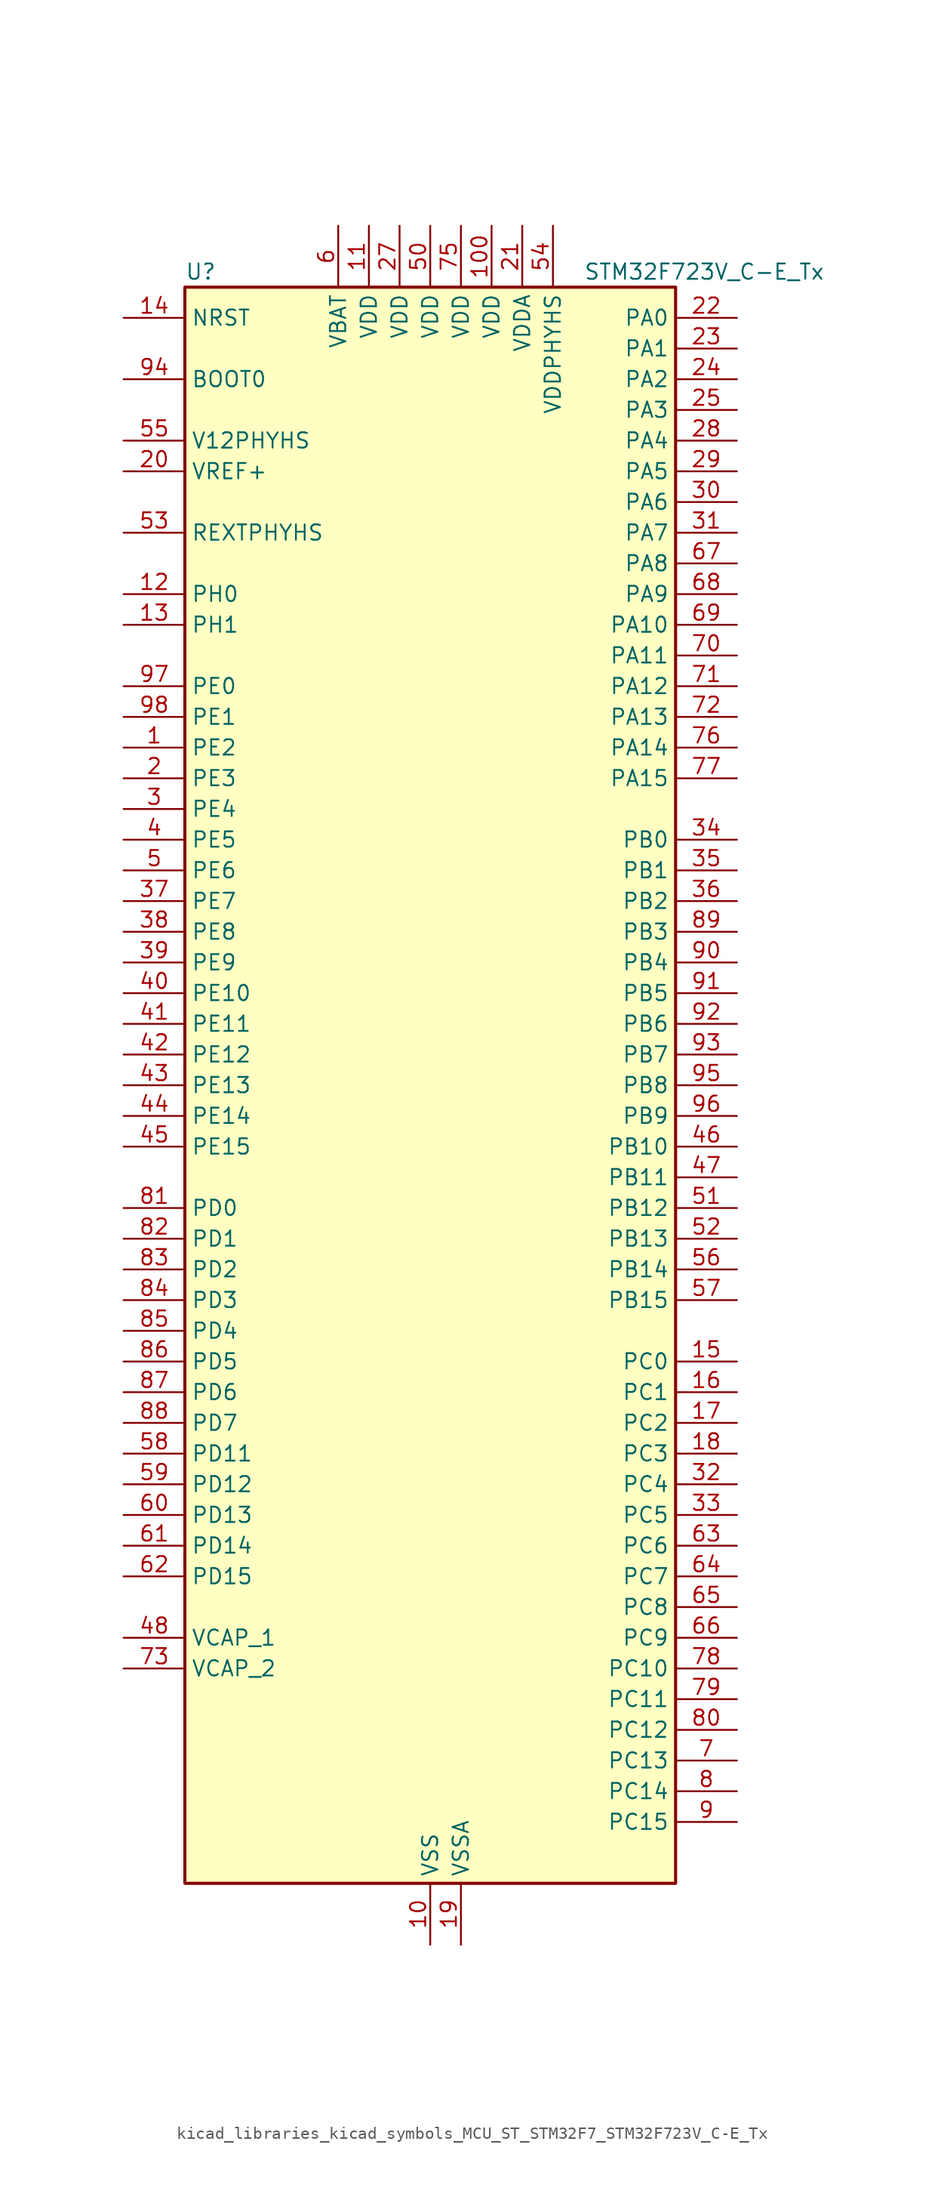
<source format=kicad_sym>
(kicad_symbol_lib
  (version 20220914)
  (generator kicad_symbol_editor)
  (symbol "kicad_libraries_kicad_symbols_MCU_ST_STM32F7_STM32F723V_C-E_Tx"
    (property "Reference" "U"
      (at -20.32 67.31 0)
      (effects (font (size 1.27 1.27)) (justify left)))
    (property "Value" "STM32F723V_C-E_Tx"
      (at 12.7 67.31 0)
      (effects (font (size 1.27 1.27)) (justify left)))
    (property "ki_locked" ""
      (at 0 0 0)
      (effects (font (size 1.27 1.27))))
    (symbol "kicad_libraries_kicad_symbols_MCU_ST_STM32F7_STM32F723V_C-E_Tx_0_1"
      (rectangle (start -20.32 -66.04) (end 20.32 66.04) (stroke (width 0.254) (type default)) (fill (type background))))
    (symbol "kicad_libraries_kicad_symbols_MCU_ST_STM32F7_STM32F723V_C-E_Tx_1_1"
      (pin bidirectional line (at -25.4 27.94 0) (length 5.08) (name "PE2" (effects (font (size 1.27 1.27)))) (number "1" (effects (font (size 1.27 1.27)))) (alternate "FMC_A23" bidirectional line) (alternate "QUADSPI_BK1_IO2" bidirectional line) (alternate "SAI1_MCLK_A" bidirectional line) (alternate "SPI4_SCK" bidirectional line) (alternate "SYS_TRACECLK" bidirectional line))
      (pin power_in line (at 0 -71.12 90) (length 5.08) (name "VSS" (effects (font (size 1.27 1.27)))) (number "10" (effects (font (size 1.27 1.27)))))
      (pin power_in line (at 5.08 71.12 270) (length 5.08) (name "VDD" (effects (font (size 1.27 1.27)))) (number "100" (effects (font (size 1.27 1.27)))))
      (pin power_in line (at -5.08 71.12 270) (length 5.08) (name "VDD" (effects (font (size 1.27 1.27)))) (number "11" (effects (font (size 1.27 1.27)))))
      (pin bidirectional line (at -25.4 40.64 0) (length 5.08) (name "PH0" (effects (font (size 1.27 1.27)))) (number "12" (effects (font (size 1.27 1.27)))) (alternate "RCC_OSC_IN" bidirectional line))
      (pin bidirectional line (at -25.4 38.1 0) (length 5.08) (name "PH1" (effects (font (size 1.27 1.27)))) (number "13" (effects (font (size 1.27 1.27)))) (alternate "RCC_OSC_OUT" bidirectional line))
      (pin input line (at -25.4 63.5 0) (length 5.08) (name "NRST" (effects (font (size 1.27 1.27)))) (number "14" (effects (font (size 1.27 1.27)))))
      (pin bidirectional line (at 25.4 -22.86 180) (length 5.08) (name "PC0" (effects (font (size 1.27 1.27)))) (number "15" (effects (font (size 1.27 1.27)))) (alternate "ADC1_IN10" bidirectional line) (alternate "ADC2_IN10" bidirectional line) (alternate "ADC3_IN10" bidirectional line) (alternate "FMC_SDNWE" bidirectional line) (alternate "SAI2_FS_B" bidirectional line))
      (pin bidirectional line (at 25.4 -25.4 180) (length 5.08) (name "PC1" (effects (font (size 1.27 1.27)))) (number "16" (effects (font (size 1.27 1.27)))) (alternate "ADC1_IN11" bidirectional line) (alternate "ADC2_IN11" bidirectional line) (alternate "ADC3_IN11" bidirectional line) (alternate "I2S2_SD" bidirectional line) (alternate "RTC_TAMP3" bidirectional line) (alternate "RTC_TS" bidirectional line) (alternate "SAI1_SD_A" bidirectional line) (alternate "SPI2_MOSI" bidirectional line) (alternate "SYS_TRACED0" bidirectional line) (alternate "SYS_WKUP3" bidirectional line))
      (pin bidirectional line (at 25.4 -27.94 180) (length 5.08) (name "PC2" (effects (font (size 1.27 1.27)))) (number "17" (effects (font (size 1.27 1.27)))) (alternate "ADC1_IN12" bidirectional line) (alternate "ADC2_IN12" bidirectional line) (alternate "ADC3_IN12" bidirectional line) (alternate "FMC_SDNE0" bidirectional line) (alternate "SPI2_MISO" bidirectional line))
      (pin bidirectional line (at 25.4 -30.48 180) (length 5.08) (name "PC3" (effects (font (size 1.27 1.27)))) (number "18" (effects (font (size 1.27 1.27)))) (alternate "ADC1_IN13" bidirectional line) (alternate "ADC2_IN13" bidirectional line) (alternate "ADC3_IN13" bidirectional line) (alternate "FMC_SDCKE0" bidirectional line) (alternate "I2S2_SD" bidirectional line) (alternate "SPI2_MOSI" bidirectional line))
      (pin power_in line (at 2.54 -71.12 90) (length 5.08) (name "VSSA" (effects (font (size 1.27 1.27)))) (number "19" (effects (font (size 1.27 1.27)))))
      (pin bidirectional line (at -25.4 25.4 0) (length 5.08) (name "PE3" (effects (font (size 1.27 1.27)))) (number "2" (effects (font (size 1.27 1.27)))) (alternate "FMC_A19" bidirectional line) (alternate "SAI1_SD_B" bidirectional line) (alternate "SYS_TRACED0" bidirectional line))
      (pin input line (at -25.4 50.8 0) (length 5.08) (name "VREF+" (effects (font (size 1.27 1.27)))) (number "20" (effects (font (size 1.27 1.27)))))
      (pin power_in line (at 7.62 71.12 270) (length 5.08) (name "VDDA" (effects (font (size 1.27 1.27)))) (number "21" (effects (font (size 1.27 1.27)))))
      (pin bidirectional line (at 25.4 63.5 180) (length 5.08) (name "PA0" (effects (font (size 1.27 1.27)))) (number "22" (effects (font (size 1.27 1.27)))) (alternate "ADC1_IN0" bidirectional line) (alternate "ADC2_IN0" bidirectional line) (alternate "ADC3_IN0" bidirectional line) (alternate "SAI2_SD_B" bidirectional line) (alternate "SYS_WKUP1" bidirectional line) (alternate "TIM2_CH1" bidirectional line) (alternate "TIM2_ETR" bidirectional line) (alternate "TIM5_CH1" bidirectional line) (alternate "TIM8_ETR" bidirectional line) (alternate "UART4_TX" bidirectional line) (alternate "USART2_CTS" bidirectional line))
      (pin bidirectional line (at 25.4 60.96 180) (length 5.08) (name "PA1" (effects (font (size 1.27 1.27)))) (number "23" (effects (font (size 1.27 1.27)))) (alternate "ADC1_IN1" bidirectional line) (alternate "ADC2_IN1" bidirectional line) (alternate "ADC3_IN1" bidirectional line) (alternate "QUADSPI_BK1_IO3" bidirectional line) (alternate "SAI2_MCLK_B" bidirectional line) (alternate "TIM2_CH2" bidirectional line) (alternate "TIM5_CH2" bidirectional line) (alternate "UART4_RX" bidirectional line) (alternate "USART2_DE" bidirectional line) (alternate "USART2_RTS" bidirectional line))
      (pin bidirectional line (at 25.4 58.42 180) (length 5.08) (name "PA2" (effects (font (size 1.27 1.27)))) (number "24" (effects (font (size 1.27 1.27)))) (alternate "ADC1_IN2" bidirectional line) (alternate "ADC2_IN2" bidirectional line) (alternate "ADC3_IN2" bidirectional line) (alternate "SAI2_SCK_B" bidirectional line) (alternate "SYS_WKUP2" bidirectional line) (alternate "TIM2_CH3" bidirectional line) (alternate "TIM5_CH3" bidirectional line) (alternate "TIM9_CH1" bidirectional line) (alternate "USART2_TX" bidirectional line))
      (pin bidirectional line (at 25.4 55.88 180) (length 5.08) (name "PA3" (effects (font (size 1.27 1.27)))) (number "25" (effects (font (size 1.27 1.27)))) (alternate "ADC1_IN3" bidirectional line) (alternate "ADC2_IN3" bidirectional line) (alternate "ADC3_IN3" bidirectional line) (alternate "TIM2_CH4" bidirectional line) (alternate "TIM5_CH4" bidirectional line) (alternate "TIM9_CH2" bidirectional line) (alternate "USART2_RX" bidirectional line))
      (pin passive line (at 0 -71.12 90) (length 5.08) hide (name "VSS" (effects (font (size 1.27 1.27)))) (number "26" (effects (font (size 1.27 1.27)))))
      (pin power_in line (at -2.54 71.12 270) (length 5.08) (name "VDD" (effects (font (size 1.27 1.27)))) (number "27" (effects (font (size 1.27 1.27)))))
      (pin bidirectional line (at 25.4 53.34 180) (length 5.08) (name "PA4" (effects (font (size 1.27 1.27)))) (number "28" (effects (font (size 1.27 1.27)))) (alternate "ADC1_IN4" bidirectional line) (alternate "ADC2_IN4" bidirectional line) (alternate "DAC_OUT1" bidirectional line) (alternate "I2S1_WS" bidirectional line) (alternate "I2S3_WS" bidirectional line) (alternate "SPI1_NSS" bidirectional line) (alternate "SPI3_NSS" bidirectional line) (alternate "USART2_CK" bidirectional line) (alternate "USB_OTG_HS_SOF" bidirectional line))
      (pin bidirectional line (at 25.4 50.8 180) (length 5.08) (name "PA5" (effects (font (size 1.27 1.27)))) (number "29" (effects (font (size 1.27 1.27)))) (alternate "ADC1_IN5" bidirectional line) (alternate "ADC2_IN5" bidirectional line) (alternate "DAC_OUT2" bidirectional line) (alternate "I2S1_CK" bidirectional line) (alternate "SPI1_SCK" bidirectional line) (alternate "TIM2_CH1" bidirectional line) (alternate "TIM2_ETR" bidirectional line) (alternate "TIM8_CH1N" bidirectional line))
      (pin bidirectional line (at -25.4 22.86 0) (length 5.08) (name "PE4" (effects (font (size 1.27 1.27)))) (number "3" (effects (font (size 1.27 1.27)))) (alternate "FMC_A20" bidirectional line) (alternate "SAI1_FS_A" bidirectional line) (alternate "SPI4_NSS" bidirectional line) (alternate "SYS_TRACED1" bidirectional line))
      (pin bidirectional line (at 25.4 48.26 180) (length 5.08) (name "PA6" (effects (font (size 1.27 1.27)))) (number "30" (effects (font (size 1.27 1.27)))) (alternate "ADC1_IN6" bidirectional line) (alternate "ADC2_IN6" bidirectional line) (alternate "SPI1_MISO" bidirectional line) (alternate "TIM13_CH1" bidirectional line) (alternate "TIM1_BKIN" bidirectional line) (alternate "TIM3_CH1" bidirectional line) (alternate "TIM8_BKIN" bidirectional line))
      (pin bidirectional line (at 25.4 45.72 180) (length 5.08) (name "PA7" (effects (font (size 1.27 1.27)))) (number "31" (effects (font (size 1.27 1.27)))) (alternate "ADC1_IN7" bidirectional line) (alternate "ADC2_IN7" bidirectional line) (alternate "FMC_SDNWE" bidirectional line) (alternate "I2S1_SD" bidirectional line) (alternate "SPI1_MOSI" bidirectional line) (alternate "TIM14_CH1" bidirectional line) (alternate "TIM1_CH1N" bidirectional line) (alternate "TIM3_CH2" bidirectional line) (alternate "TIM8_CH1N" bidirectional line))
      (pin bidirectional line (at 25.4 -33.02 180) (length 5.08) (name "PC4" (effects (font (size 1.27 1.27)))) (number "32" (effects (font (size 1.27 1.27)))) (alternate "ADC1_IN14" bidirectional line) (alternate "ADC2_IN14" bidirectional line) (alternate "FMC_SDNE0" bidirectional line) (alternate "I2S1_MCK" bidirectional line))
      (pin bidirectional line (at 25.4 -35.56 180) (length 5.08) (name "PC5" (effects (font (size 1.27 1.27)))) (number "33" (effects (font (size 1.27 1.27)))) (alternate "ADC1_IN15" bidirectional line) (alternate "ADC2_IN15" bidirectional line) (alternate "FMC_SDCKE0" bidirectional line))
      (pin bidirectional line (at 25.4 20.32 180) (length 5.08) (name "PB0" (effects (font (size 1.27 1.27)))) (number "34" (effects (font (size 1.27 1.27)))) (alternate "ADC1_IN8" bidirectional line) (alternate "ADC2_IN8" bidirectional line) (alternate "TIM1_CH2N" bidirectional line) (alternate "TIM3_CH3" bidirectional line) (alternate "TIM8_CH2N" bidirectional line) (alternate "UART4_CTS" bidirectional line))
      (pin bidirectional line (at 25.4 17.78 180) (length 5.08) (name "PB1" (effects (font (size 1.27 1.27)))) (number "35" (effects (font (size 1.27 1.27)))) (alternate "ADC1_IN9" bidirectional line) (alternate "ADC2_IN9" bidirectional line) (alternate "TIM1_CH3N" bidirectional line) (alternate "TIM3_CH4" bidirectional line) (alternate "TIM8_CH3N" bidirectional line))
      (pin bidirectional line (at 25.4 15.24 180) (length 5.08) (name "PB2" (effects (font (size 1.27 1.27)))) (number "36" (effects (font (size 1.27 1.27)))) (alternate "I2S3_SD" bidirectional line) (alternate "QUADSPI_CLK" bidirectional line) (alternate "SAI1_SD_A" bidirectional line) (alternate "SPI3_MOSI" bidirectional line))
      (pin bidirectional line (at -25.4 15.24 0) (length 5.08) (name "PE7" (effects (font (size 1.27 1.27)))) (number "37" (effects (font (size 1.27 1.27)))) (alternate "FMC_D4" bidirectional line) (alternate "FMC_DA4" bidirectional line) (alternate "QUADSPI_BK2_IO0" bidirectional line) (alternate "TIM1_ETR" bidirectional line) (alternate "UART7_RX" bidirectional line))
      (pin bidirectional line (at -25.4 12.7 0) (length 5.08) (name "PE8" (effects (font (size 1.27 1.27)))) (number "38" (effects (font (size 1.27 1.27)))) (alternate "FMC_D5" bidirectional line) (alternate "FMC_DA5" bidirectional line) (alternate "QUADSPI_BK2_IO1" bidirectional line) (alternate "TIM1_CH1N" bidirectional line) (alternate "UART7_TX" bidirectional line))
      (pin bidirectional line (at -25.4 10.16 0) (length 5.08) (name "PE9" (effects (font (size 1.27 1.27)))) (number "39" (effects (font (size 1.27 1.27)))) (alternate "DAC_EXTI9" bidirectional line) (alternate "FMC_D6" bidirectional line) (alternate "FMC_DA6" bidirectional line) (alternate "QUADSPI_BK2_IO2" bidirectional line) (alternate "TIM1_CH1" bidirectional line) (alternate "UART7_DE" bidirectional line) (alternate "UART7_RTS" bidirectional line))
      (pin bidirectional line (at -25.4 20.32 0) (length 5.08) (name "PE5" (effects (font (size 1.27 1.27)))) (number "4" (effects (font (size 1.27 1.27)))) (alternate "FMC_A21" bidirectional line) (alternate "SAI1_SCK_A" bidirectional line) (alternate "SPI4_MISO" bidirectional line) (alternate "SYS_TRACED2" bidirectional line) (alternate "TIM9_CH1" bidirectional line))
      (pin bidirectional line (at -25.4 7.62 0) (length 5.08) (name "PE10" (effects (font (size 1.27 1.27)))) (number "40" (effects (font (size 1.27 1.27)))) (alternate "FMC_D7" bidirectional line) (alternate "FMC_DA7" bidirectional line) (alternate "QUADSPI_BK2_IO3" bidirectional line) (alternate "TIM1_CH2N" bidirectional line) (alternate "UART7_CTS" bidirectional line))
      (pin bidirectional line (at -25.4 5.08 0) (length 5.08) (name "PE11" (effects (font (size 1.27 1.27)))) (number "41" (effects (font (size 1.27 1.27)))) (alternate "ADC1_EXTI11" bidirectional line) (alternate "ADC2_EXTI11" bidirectional line) (alternate "ADC3_EXTI11" bidirectional line) (alternate "FMC_D8" bidirectional line) (alternate "FMC_DA8" bidirectional line) (alternate "SAI2_SD_B" bidirectional line) (alternate "SPI4_NSS" bidirectional line) (alternate "TIM1_CH2" bidirectional line))
      (pin bidirectional line (at -25.4 2.54 0) (length 5.08) (name "PE12" (effects (font (size 1.27 1.27)))) (number "42" (effects (font (size 1.27 1.27)))) (alternate "FMC_D9" bidirectional line) (alternate "FMC_DA9" bidirectional line) (alternate "SAI2_SCK_B" bidirectional line) (alternate "SPI4_SCK" bidirectional line) (alternate "TIM1_CH3N" bidirectional line))
      (pin bidirectional line (at -25.4 0 0) (length 5.08) (name "PE13" (effects (font (size 1.27 1.27)))) (number "43" (effects (font (size 1.27 1.27)))) (alternate "FMC_D10" bidirectional line) (alternate "FMC_DA10" bidirectional line) (alternate "SAI2_FS_B" bidirectional line) (alternate "SPI4_MISO" bidirectional line) (alternate "TIM1_CH3" bidirectional line))
      (pin bidirectional line (at -25.4 -2.54 0) (length 5.08) (name "PE14" (effects (font (size 1.27 1.27)))) (number "44" (effects (font (size 1.27 1.27)))) (alternate "FMC_D11" bidirectional line) (alternate "FMC_DA11" bidirectional line) (alternate "SAI2_MCLK_B" bidirectional line) (alternate "SPI4_MOSI" bidirectional line) (alternate "TIM1_CH4" bidirectional line))
      (pin bidirectional line (at -25.4 -5.08 0) (length 5.08) (name "PE15" (effects (font (size 1.27 1.27)))) (number "45" (effects (font (size 1.27 1.27)))) (alternate "FMC_D12" bidirectional line) (alternate "FMC_DA12" bidirectional line) (alternate "TIM1_BKIN" bidirectional line))
      (pin bidirectional line (at 25.4 -5.08 180) (length 5.08) (name "PB10" (effects (font (size 1.27 1.27)))) (number "46" (effects (font (size 1.27 1.27)))) (alternate "I2C2_SCL" bidirectional line) (alternate "I2S2_CK" bidirectional line) (alternate "SPI2_SCK" bidirectional line) (alternate "TIM2_CH3" bidirectional line) (alternate "USART3_TX" bidirectional line))
      (pin bidirectional line (at 25.4 -7.62 180) (length 5.08) (name "PB11" (effects (font (size 1.27 1.27)))) (number "47" (effects (font (size 1.27 1.27)))) (alternate "ADC1_EXTI11" bidirectional line) (alternate "ADC2_EXTI11" bidirectional line) (alternate "ADC3_EXTI11" bidirectional line) (alternate "I2C2_SDA" bidirectional line) (alternate "TIM2_CH4" bidirectional line) (alternate "USART3_RX" bidirectional line))
      (pin power_out line (at -25.4 -45.72 0) (length 5.08) (name "VCAP_1" (effects (font (size 1.27 1.27)))) (number "48" (effects (font (size 1.27 1.27)))))
      (pin passive line (at 0 -71.12 90) (length 5.08) hide (name "VSS" (effects (font (size 1.27 1.27)))) (number "49" (effects (font (size 1.27 1.27)))))
      (pin bidirectional line (at -25.4 17.78 0) (length 5.08) (name "PE6" (effects (font (size 1.27 1.27)))) (number "5" (effects (font (size 1.27 1.27)))) (alternate "FMC_A22" bidirectional line) (alternate "SAI1_SD_A" bidirectional line) (alternate "SAI2_MCLK_B" bidirectional line) (alternate "SPI4_MOSI" bidirectional line) (alternate "SYS_TRACED3" bidirectional line) (alternate "TIM1_BKIN2" bidirectional line) (alternate "TIM9_CH2" bidirectional line))
      (pin power_in line (at 0 71.12 270) (length 5.08) (name "VDD" (effects (font (size 1.27 1.27)))) (number "50" (effects (font (size 1.27 1.27)))))
      (pin bidirectional line (at 25.4 -10.16 180) (length 5.08) (name "PB12" (effects (font (size 1.27 1.27)))) (number "51" (effects (font (size 1.27 1.27)))) (alternate "I2C2_SMBA" bidirectional line) (alternate "I2S2_WS" bidirectional line) (alternate "SPI2_NSS" bidirectional line) (alternate "TIM1_BKIN" bidirectional line) (alternate "USART3_CK" bidirectional line) (alternate "USB_OTG_HS_ID" bidirectional line))
      (pin bidirectional line (at 25.4 -12.7 180) (length 5.08) (name "PB13" (effects (font (size 1.27 1.27)))) (number "52" (effects (font (size 1.27 1.27)))) (alternate "I2S2_CK" bidirectional line) (alternate "SPI2_SCK" bidirectional line) (alternate "TIM1_CH1N" bidirectional line) (alternate "USART3_CTS" bidirectional line) (alternate "USB_OTG_HS_VBUS" bidirectional line))
      (pin bidirectional line (at -25.4 45.72 0) (length 5.08) (name "REXTPHYHS" (effects (font (size 1.27 1.27)))) (number "53" (effects (font (size 1.27 1.27)))) (alternate "USB_OTG_HS_REXTPHYHS" bidirectional line))
      (pin power_in line (at 10.16 71.12 270) (length 5.08) (name "VDDPHYHS" (effects (font (size 1.27 1.27)))) (number "54" (effects (font (size 1.27 1.27)))))
      (pin power_in line (at -25.4 53.34 0) (length 5.08) (name "V12PHYHS" (effects (font (size 1.27 1.27)))) (number "55" (effects (font (size 1.27 1.27)))))
      (pin bidirectional line (at 25.4 -15.24 180) (length 5.08) (name "PB14" (effects (font (size 1.27 1.27)))) (number "56" (effects (font (size 1.27 1.27)))) (alternate "USB_OTG_HS_DM" bidirectional line))
      (pin bidirectional line (at 25.4 -17.78 180) (length 5.08) (name "PB15" (effects (font (size 1.27 1.27)))) (number "57" (effects (font (size 1.27 1.27)))) (alternate "USB_OTG_HS_DP" bidirectional line))
      (pin bidirectional line (at -25.4 -30.48 0) (length 5.08) (name "PD11" (effects (font (size 1.27 1.27)))) (number "58" (effects (font (size 1.27 1.27)))) (alternate "ADC1_EXTI11" bidirectional line) (alternate "ADC2_EXTI11" bidirectional line) (alternate "ADC3_EXTI11" bidirectional line) (alternate "FMC_A16" bidirectional line) (alternate "FMC_CLE" bidirectional line) (alternate "QUADSPI_BK1_IO0" bidirectional line) (alternate "SAI2_SD_A" bidirectional line) (alternate "USART3_CTS" bidirectional line))
      (pin bidirectional line (at -25.4 -33.02 0) (length 5.08) (name "PD12" (effects (font (size 1.27 1.27)))) (number "59" (effects (font (size 1.27 1.27)))) (alternate "FMC_A17" bidirectional line) (alternate "FMC_ALE" bidirectional line) (alternate "LPTIM1_IN1" bidirectional line) (alternate "QUADSPI_BK1_IO1" bidirectional line) (alternate "SAI2_FS_A" bidirectional line) (alternate "TIM4_CH1" bidirectional line) (alternate "USART3_DE" bidirectional line) (alternate "USART3_RTS" bidirectional line))
      (pin power_in line (at -7.62 71.12 270) (length 5.08) (name "VBAT" (effects (font (size 1.27 1.27)))) (number "6" (effects (font (size 1.27 1.27)))))
      (pin bidirectional line (at -25.4 -35.56 0) (length 5.08) (name "PD13" (effects (font (size 1.27 1.27)))) (number "60" (effects (font (size 1.27 1.27)))) (alternate "FMC_A18" bidirectional line) (alternate "LPTIM1_OUT" bidirectional line) (alternate "QUADSPI_BK1_IO3" bidirectional line) (alternate "SAI2_SCK_A" bidirectional line) (alternate "TIM4_CH2" bidirectional line))
      (pin bidirectional line (at -25.4 -38.1 0) (length 5.08) (name "PD14" (effects (font (size 1.27 1.27)))) (number "61" (effects (font (size 1.27 1.27)))) (alternate "FMC_D0" bidirectional line) (alternate "FMC_DA0" bidirectional line) (alternate "TIM4_CH3" bidirectional line) (alternate "UART8_CTS" bidirectional line))
      (pin bidirectional line (at -25.4 -40.64 0) (length 5.08) (name "PD15" (effects (font (size 1.27 1.27)))) (number "62" (effects (font (size 1.27 1.27)))) (alternate "FMC_D1" bidirectional line) (alternate "FMC_DA1" bidirectional line) (alternate "TIM4_CH4" bidirectional line) (alternate "UART8_DE" bidirectional line) (alternate "UART8_RTS" bidirectional line))
      (pin bidirectional line (at 25.4 -38.1 180) (length 5.08) (name "PC6" (effects (font (size 1.27 1.27)))) (number "63" (effects (font (size 1.27 1.27)))) (alternate "I2S2_MCK" bidirectional line) (alternate "SDMMC1_D6" bidirectional line) (alternate "TIM3_CH1" bidirectional line) (alternate "TIM8_CH1" bidirectional line) (alternate "USART6_TX" bidirectional line))
      (pin bidirectional line (at 25.4 -40.64 180) (length 5.08) (name "PC7" (effects (font (size 1.27 1.27)))) (number "64" (effects (font (size 1.27 1.27)))) (alternate "I2S3_MCK" bidirectional line) (alternate "SDMMC1_D7" bidirectional line) (alternate "TIM3_CH2" bidirectional line) (alternate "TIM8_CH2" bidirectional line) (alternate "USART6_RX" bidirectional line))
      (pin bidirectional line (at 25.4 -43.18 180) (length 5.08) (name "PC8" (effects (font (size 1.27 1.27)))) (number "65" (effects (font (size 1.27 1.27)))) (alternate "SDMMC1_D0" bidirectional line) (alternate "SYS_TRACED1" bidirectional line) (alternate "TIM3_CH3" bidirectional line) (alternate "TIM8_CH3" bidirectional line) (alternate "UART5_DE" bidirectional line) (alternate "UART5_RTS" bidirectional line) (alternate "USART6_CK" bidirectional line))
      (pin bidirectional line (at 25.4 -45.72 180) (length 5.08) (name "PC9" (effects (font (size 1.27 1.27)))) (number "66" (effects (font (size 1.27 1.27)))) (alternate "DAC_EXTI9" bidirectional line) (alternate "I2C3_SDA" bidirectional line) (alternate "I2S_CKIN" bidirectional line) (alternate "QUADSPI_BK1_IO0" bidirectional line) (alternate "RCC_MCO_2" bidirectional line) (alternate "SDMMC1_D1" bidirectional line) (alternate "TIM3_CH4" bidirectional line) (alternate "TIM8_CH4" bidirectional line) (alternate "UART5_CTS" bidirectional line))
      (pin bidirectional line (at 25.4 43.18 180) (length 5.08) (name "PA8" (effects (font (size 1.27 1.27)))) (number "67" (effects (font (size 1.27 1.27)))) (alternate "I2C3_SCL" bidirectional line) (alternate "RCC_MCO_1" bidirectional line) (alternate "TIM1_CH1" bidirectional line) (alternate "TIM8_BKIN2" bidirectional line) (alternate "USART1_CK" bidirectional line) (alternate "USB_OTG_FS_SOF" bidirectional line))
      (pin bidirectional line (at 25.4 40.64 180) (length 5.08) (name "PA9" (effects (font (size 1.27 1.27)))) (number "68" (effects (font (size 1.27 1.27)))) (alternate "DAC_EXTI9" bidirectional line) (alternate "I2C3_SMBA" bidirectional line) (alternate "I2S2_CK" bidirectional line) (alternate "SPI2_SCK" bidirectional line) (alternate "TIM1_CH2" bidirectional line) (alternate "USART1_TX" bidirectional line) (alternate "USB_OTG_FS_VBUS" bidirectional line))
      (pin bidirectional line (at 25.4 38.1 180) (length 5.08) (name "PA10" (effects (font (size 1.27 1.27)))) (number "69" (effects (font (size 1.27 1.27)))) (alternate "TIM1_CH3" bidirectional line) (alternate "USART1_RX" bidirectional line) (alternate "USB_OTG_FS_ID" bidirectional line))
      (pin bidirectional line (at 25.4 -55.88 180) (length 5.08) (name "PC13" (effects (font (size 1.27 1.27)))) (number "7" (effects (font (size 1.27 1.27)))) (alternate "RTC_OUT" bidirectional line) (alternate "RTC_TAMP1" bidirectional line) (alternate "RTC_TS" bidirectional line) (alternate "SYS_WKUP4" bidirectional line))
      (pin bidirectional line (at 25.4 35.56 180) (length 5.08) (name "PA11" (effects (font (size 1.27 1.27)))) (number "70" (effects (font (size 1.27 1.27)))) (alternate "ADC1_EXTI11" bidirectional line) (alternate "ADC2_EXTI11" bidirectional line) (alternate "ADC3_EXTI11" bidirectional line) (alternate "CAN1_RX" bidirectional line) (alternate "TIM1_CH4" bidirectional line) (alternate "USART1_CTS" bidirectional line) (alternate "USB_OTG_FS_DM" bidirectional line))
      (pin bidirectional line (at 25.4 33.02 180) (length 5.08) (name "PA12" (effects (font (size 1.27 1.27)))) (number "71" (effects (font (size 1.27 1.27)))) (alternate "CAN1_TX" bidirectional line) (alternate "SAI2_FS_B" bidirectional line) (alternate "TIM1_ETR" bidirectional line) (alternate "USART1_DE" bidirectional line) (alternate "USART1_RTS" bidirectional line) (alternate "USB_OTG_FS_DP" bidirectional line))
      (pin bidirectional line (at 25.4 30.48 180) (length 5.08) (name "PA13" (effects (font (size 1.27 1.27)))) (number "72" (effects (font (size 1.27 1.27)))) (alternate "SYS_JTMS-SWDIO" bidirectional line))
      (pin power_out line (at -25.4 -48.26 0) (length 5.08) (name "VCAP_2" (effects (font (size 1.27 1.27)))) (number "73" (effects (font (size 1.27 1.27)))))
      (pin passive line (at 0 -71.12 90) (length 5.08) hide (name "VSS" (effects (font (size 1.27 1.27)))) (number "74" (effects (font (size 1.27 1.27)))))
      (pin power_in line (at 2.54 71.12 270) (length 5.08) (name "VDD" (effects (font (size 1.27 1.27)))) (number "75" (effects (font (size 1.27 1.27)))))
      (pin bidirectional line (at 25.4 27.94 180) (length 5.08) (name "PA14" (effects (font (size 1.27 1.27)))) (number "76" (effects (font (size 1.27 1.27)))) (alternate "SYS_JTCK-SWCLK" bidirectional line))
      (pin bidirectional line (at 25.4 25.4 180) (length 5.08) (name "PA15" (effects (font (size 1.27 1.27)))) (number "77" (effects (font (size 1.27 1.27)))) (alternate "I2S1_WS" bidirectional line) (alternate "I2S3_WS" bidirectional line) (alternate "SPI1_NSS" bidirectional line) (alternate "SPI3_NSS" bidirectional line) (alternate "SYS_JTDI" bidirectional line) (alternate "TIM2_CH1" bidirectional line) (alternate "TIM2_ETR" bidirectional line) (alternate "UART4_DE" bidirectional line) (alternate "UART4_RTS" bidirectional line))
      (pin bidirectional line (at 25.4 -48.26 180) (length 5.08) (name "PC10" (effects (font (size 1.27 1.27)))) (number "78" (effects (font (size 1.27 1.27)))) (alternate "I2S3_CK" bidirectional line) (alternate "QUADSPI_BK1_IO1" bidirectional line) (alternate "SDMMC1_D2" bidirectional line) (alternate "SPI3_SCK" bidirectional line) (alternate "UART4_TX" bidirectional line) (alternate "USART3_TX" bidirectional line))
      (pin bidirectional line (at 25.4 -50.8 180) (length 5.08) (name "PC11" (effects (font (size 1.27 1.27)))) (number "79" (effects (font (size 1.27 1.27)))) (alternate "ADC1_EXTI11" bidirectional line) (alternate "ADC2_EXTI11" bidirectional line) (alternate "ADC3_EXTI11" bidirectional line) (alternate "QUADSPI_BK2_NCS" bidirectional line) (alternate "SDMMC1_D3" bidirectional line) (alternate "SPI3_MISO" bidirectional line) (alternate "UART4_RX" bidirectional line) (alternate "USART3_RX" bidirectional line))
      (pin bidirectional line (at 25.4 -58.42 180) (length 5.08) (name "PC14" (effects (font (size 1.27 1.27)))) (number "8" (effects (font (size 1.27 1.27)))) (alternate "RCC_OSC32_IN" bidirectional line))
      (pin bidirectional line (at 25.4 -53.34 180) (length 5.08) (name "PC12" (effects (font (size 1.27 1.27)))) (number "80" (effects (font (size 1.27 1.27)))) (alternate "I2S3_SD" bidirectional line) (alternate "SDMMC1_CK" bidirectional line) (alternate "SPI3_MOSI" bidirectional line) (alternate "SYS_TRACED3" bidirectional line) (alternate "UART5_TX" bidirectional line) (alternate "USART3_CK" bidirectional line))
      (pin bidirectional line (at -25.4 -10.16 0) (length 5.08) (name "PD0" (effects (font (size 1.27 1.27)))) (number "81" (effects (font (size 1.27 1.27)))) (alternate "CAN1_RX" bidirectional line) (alternate "FMC_D2" bidirectional line) (alternate "FMC_DA2" bidirectional line))
      (pin bidirectional line (at -25.4 -12.7 0) (length 5.08) (name "PD1" (effects (font (size 1.27 1.27)))) (number "82" (effects (font (size 1.27 1.27)))) (alternate "CAN1_TX" bidirectional line) (alternate "FMC_D3" bidirectional line) (alternate "FMC_DA3" bidirectional line))
      (pin bidirectional line (at -25.4 -15.24 0) (length 5.08) (name "PD2" (effects (font (size 1.27 1.27)))) (number "83" (effects (font (size 1.27 1.27)))) (alternate "SDMMC1_CMD" bidirectional line) (alternate "SYS_TRACED2" bidirectional line) (alternate "TIM3_ETR" bidirectional line) (alternate "UART5_RX" bidirectional line))
      (pin bidirectional line (at -25.4 -17.78 0) (length 5.08) (name "PD3" (effects (font (size 1.27 1.27)))) (number "84" (effects (font (size 1.27 1.27)))) (alternate "FMC_CLK" bidirectional line) (alternate "I2S2_CK" bidirectional line) (alternate "SPI2_SCK" bidirectional line) (alternate "USART2_CTS" bidirectional line))
      (pin bidirectional line (at -25.4 -20.32 0) (length 5.08) (name "PD4" (effects (font (size 1.27 1.27)))) (number "85" (effects (font (size 1.27 1.27)))) (alternate "FMC_NOE" bidirectional line) (alternate "USART2_DE" bidirectional line) (alternate "USART2_RTS" bidirectional line))
      (pin bidirectional line (at -25.4 -22.86 0) (length 5.08) (name "PD5" (effects (font (size 1.27 1.27)))) (number "86" (effects (font (size 1.27 1.27)))) (alternate "FMC_NWE" bidirectional line) (alternate "USART2_TX" bidirectional line))
      (pin bidirectional line (at -25.4 -25.4 0) (length 5.08) (name "PD6" (effects (font (size 1.27 1.27)))) (number "87" (effects (font (size 1.27 1.27)))) (alternate "FMC_NWAIT" bidirectional line) (alternate "I2S3_SD" bidirectional line) (alternate "SAI1_SD_A" bidirectional line) (alternate "SPI3_MOSI" bidirectional line) (alternate "USART2_RX" bidirectional line))
      (pin bidirectional line (at -25.4 -27.94 0) (length 5.08) (name "PD7" (effects (font (size 1.27 1.27)))) (number "88" (effects (font (size 1.27 1.27)))) (alternate "FMC_NE1" bidirectional line) (alternate "USART2_CK" bidirectional line))
      (pin bidirectional line (at 25.4 12.7 180) (length 5.08) (name "PB3" (effects (font (size 1.27 1.27)))) (number "89" (effects (font (size 1.27 1.27)))) (alternate "I2S1_CK" bidirectional line) (alternate "I2S3_CK" bidirectional line) (alternate "SPI1_SCK" bidirectional line) (alternate "SPI3_SCK" bidirectional line) (alternate "SYS_JTDO-SWO" bidirectional line) (alternate "TIM2_CH2" bidirectional line))
      (pin bidirectional line (at 25.4 -60.96 180) (length 5.08) (name "PC15" (effects (font (size 1.27 1.27)))) (number "9" (effects (font (size 1.27 1.27)))) (alternate "RCC_OSC32_OUT" bidirectional line))
      (pin bidirectional line (at 25.4 10.16 180) (length 5.08) (name "PB4" (effects (font (size 1.27 1.27)))) (number "90" (effects (font (size 1.27 1.27)))) (alternate "I2S2_WS" bidirectional line) (alternate "SPI1_MISO" bidirectional line) (alternate "SPI2_NSS" bidirectional line) (alternate "SPI3_MISO" bidirectional line) (alternate "SYS_JTRST" bidirectional line) (alternate "TIM3_CH1" bidirectional line))
      (pin bidirectional line (at 25.4 7.62 180) (length 5.08) (name "PB5" (effects (font (size 1.27 1.27)))) (number "91" (effects (font (size 1.27 1.27)))) (alternate "FMC_SDCKE1" bidirectional line) (alternate "I2C1_SMBA" bidirectional line) (alternate "I2S1_SD" bidirectional line) (alternate "I2S3_SD" bidirectional line) (alternate "SPI1_MOSI" bidirectional line) (alternate "SPI3_MOSI" bidirectional line) (alternate "TIM3_CH2" bidirectional line))
      (pin bidirectional line (at 25.4 5.08 180) (length 5.08) (name "PB6" (effects (font (size 1.27 1.27)))) (number "92" (effects (font (size 1.27 1.27)))) (alternate "FMC_SDNE1" bidirectional line) (alternate "I2C1_SCL" bidirectional line) (alternate "QUADSPI_BK1_NCS" bidirectional line) (alternate "TIM4_CH1" bidirectional line) (alternate "USART1_TX" bidirectional line))
      (pin bidirectional line (at 25.4 2.54 180) (length 5.08) (name "PB7" (effects (font (size 1.27 1.27)))) (number "93" (effects (font (size 1.27 1.27)))) (alternate "FMC_NL" bidirectional line) (alternate "I2C1_SDA" bidirectional line) (alternate "TIM4_CH2" bidirectional line) (alternate "USART1_RX" bidirectional line))
      (pin input line (at -25.4 58.42 0) (length 5.08) (name "BOOT0" (effects (font (size 1.27 1.27)))) (number "94" (effects (font (size 1.27 1.27)))))
      (pin bidirectional line (at 25.4 0 180) (length 5.08) (name "PB8" (effects (font (size 1.27 1.27)))) (number "95" (effects (font (size 1.27 1.27)))) (alternate "CAN1_RX" bidirectional line) (alternate "I2C1_SCL" bidirectional line) (alternate "SDMMC1_D4" bidirectional line) (alternate "TIM10_CH1" bidirectional line) (alternate "TIM4_CH3" bidirectional line))
      (pin bidirectional line (at 25.4 -2.54 180) (length 5.08) (name "PB9" (effects (font (size 1.27 1.27)))) (number "96" (effects (font (size 1.27 1.27)))) (alternate "CAN1_TX" bidirectional line) (alternate "DAC_EXTI9" bidirectional line) (alternate "I2C1_SDA" bidirectional line) (alternate "I2S2_WS" bidirectional line) (alternate "SDMMC1_D5" bidirectional line) (alternate "SPI2_NSS" bidirectional line) (alternate "TIM11_CH1" bidirectional line) (alternate "TIM4_CH4" bidirectional line))
      (pin bidirectional line (at -25.4 33.02 0) (length 5.08) (name "PE0" (effects (font (size 1.27 1.27)))) (number "97" (effects (font (size 1.27 1.27)))) (alternate "FMC_NBL0" bidirectional line) (alternate "LPTIM1_ETR" bidirectional line) (alternate "SAI2_MCLK_A" bidirectional line) (alternate "TIM4_ETR" bidirectional line) (alternate "UART8_RX" bidirectional line))
      (pin bidirectional line (at -25.4 30.48 0) (length 5.08) (name "PE1" (effects (font (size 1.27 1.27)))) (number "98" (effects (font (size 1.27 1.27)))) (alternate "FMC_NBL1" bidirectional line) (alternate "LPTIM1_IN2" bidirectional line) (alternate "UART8_TX" bidirectional line))
      (pin passive line (at 0 -71.12 90) (length 5.08) hide (name "VSS" (effects (font (size 1.27 1.27)))) (number "99" (effects (font (size 1.27 1.27))))))))
</source>
